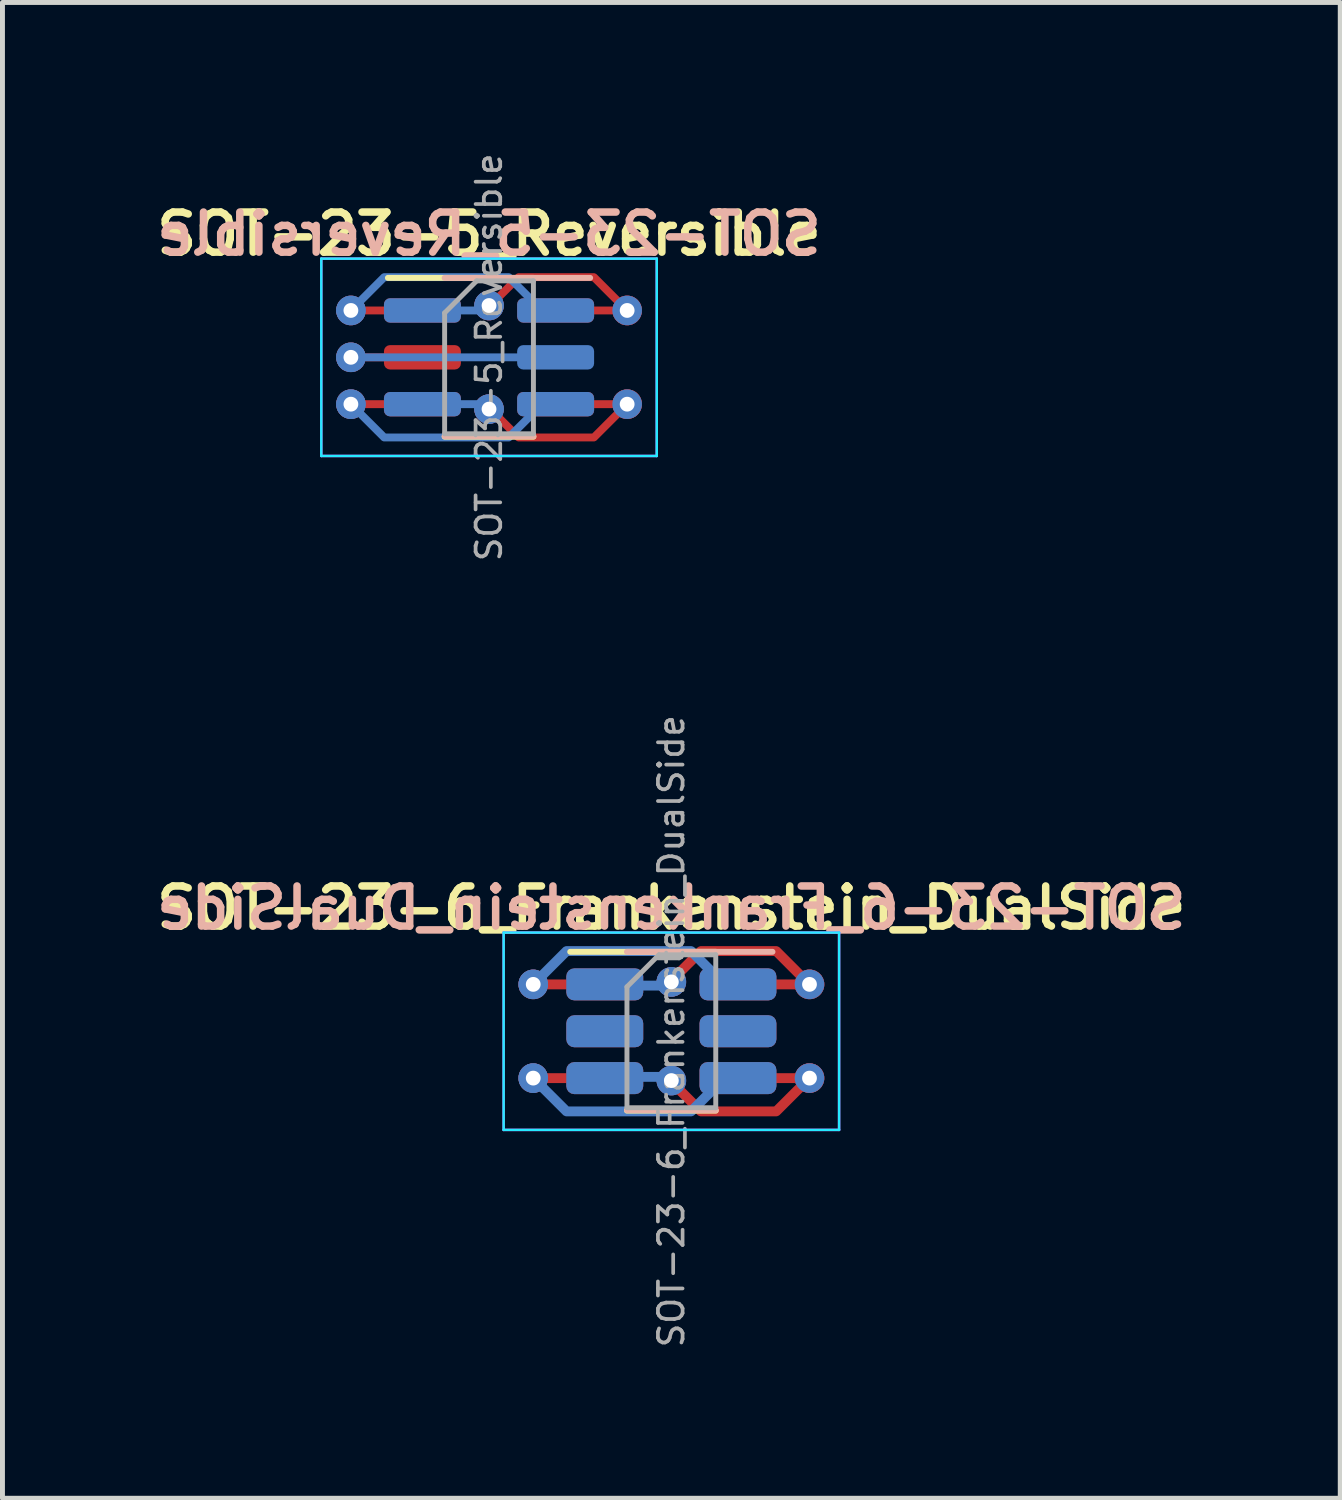
<source format=kicad_pcb>
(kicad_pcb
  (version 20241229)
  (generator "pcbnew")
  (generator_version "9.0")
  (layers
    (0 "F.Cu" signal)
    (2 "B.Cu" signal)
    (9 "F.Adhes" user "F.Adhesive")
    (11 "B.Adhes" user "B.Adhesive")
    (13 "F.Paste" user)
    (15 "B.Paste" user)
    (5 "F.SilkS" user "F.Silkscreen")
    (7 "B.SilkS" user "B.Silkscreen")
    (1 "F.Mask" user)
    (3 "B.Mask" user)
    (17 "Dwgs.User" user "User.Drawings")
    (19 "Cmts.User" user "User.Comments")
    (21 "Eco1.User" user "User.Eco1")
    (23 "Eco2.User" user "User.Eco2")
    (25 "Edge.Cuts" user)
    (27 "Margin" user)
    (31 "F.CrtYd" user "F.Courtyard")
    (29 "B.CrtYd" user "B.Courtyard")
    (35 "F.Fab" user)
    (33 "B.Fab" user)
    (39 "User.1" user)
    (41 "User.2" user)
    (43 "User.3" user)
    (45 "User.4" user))
  (footprint "SOT-23-6_Frankenstein_DualSide"
    (layer "F.Cu")
    (at 10.559 17.854)
    (property "Reference" "SOT-23-6_Frankenstein_DualSide" (at 0 -2.5 0) (layer "F.SilkS") (effects (font (size 0.813 0.813) (thickness 0.152))))
    (attr smd)
    (fp_line (start -0.9 1.61) (end 0.9 1.61) (stroke (width 0.12) (type solid)) (layer "F.SilkS"))
    (fp_line (start 0.9 -1.61) (end -2.05 -1.61) (stroke (width 0.12) (type solid)) (layer "F.SilkS"))
    (fp_line (start -0.9 -1.61) (end 2.05 -1.61) (stroke (width 0.12) (type solid)) (layer "B.SilkS"))
    (fp_line (start -0.9 1.6) (end 0.9 1.6) (stroke (width 0.12) (type solid)) (layer "B.SilkS"))
    (fp_line (start -3.4 -2) (end 3.4 -2) (stroke (width 0.05) (type solid)) (layer "B.CrtYd"))
    (fp_line (start -3.4 2) (end -3.4 -2) (stroke (width 0.05) (type solid)) (layer "B.CrtYd"))
    (fp_line (start 3.4 -2) (end 3.4 2) (stroke (width 0.05) (type solid)) (layer "B.CrtYd"))
    (fp_line (start 3.4 2) (end -3.4 2) (stroke (width 0.05) (type solid)) (layer "B.CrtYd"))
    (fp_line (start -3.4 -2) (end 3.4 -2) (stroke (width 0.05) (type solid)) (layer "F.CrtYd"))
    (fp_line (start -3.4 2) (end -3.4 -2) (stroke (width 0.05) (type solid)) (layer "F.CrtYd"))
    (fp_line (start 3.4 -2) (end 3.4 2) (stroke (width 0.05) (type solid)) (layer "F.CrtYd"))
    (fp_line (start 3.4 2) (end -3.4 2) (stroke (width 0.05) (type solid)) (layer "F.CrtYd"))
    (fp_line (start -0.9 -0.9) (end -0.9 1.55) (stroke (width 0.1) (type solid)) (layer "F.Fab"))
    (fp_line (start -0.9 -0.9) (end -0.25 -1.55) (stroke (width 0.1) (type solid)) (layer "F.Fab"))
    (fp_line (start 0.9 -1.55) (end -0.25 -1.55) (stroke (width 0.1) (type solid)) (layer "F.Fab"))
    (fp_line (start 0.9 -1.55) (end 0.9 1.55) (stroke (width 0.1) (type solid)) (layer "F.Fab"))
    (fp_line (start 0.9 1.55) (end -0.9 1.55) (stroke (width 0.1) (type solid)) (layer "F.Fab"))
    (fp_text user "${REFERENCE}" (at 0 -2.5 0) (layer "B.SilkS") (effects (font (size 0.813 0.813) (thickness 0.152)) (justify mirror)))
    (fp_text user "${REFERENCE}" (at 0 0 90) (layer "F.Fab") (effects (font (size 0.5 0.5) (thickness 0.075))))
    (pad "1" thru_hole circle (at -2.8 -0.95) (size 0.6 0.6) (drill 0.3) (layers "*.Cu"))
    (pad "1" smd custom (at -2.8 -0.95) (size 0.6 0.6) (layers "F.Cu") (options (anchor circle)) (primitives (gr_line (start 0 0) (end 1.2 0) (width 0.2)) (gr_line (start 0.9 0) (end 2 0) (width 0.4))))
    (pad "1" smd custom (at -2.8 -0.95) (size 0.6 0.6) (layers "B.Cu") (options (anchor circle)) (primitives (gr_line (start 0 0) (end 0.675 -0.675) (width 0.2)) (gr_line (start 0.675 -0.675) (end 3.2 -0.675) (width 0.2)) (gr_line (start 3.2 -0.675) (end 3.875 0) (width 0.2)) (gr_line (start 3.6 0) (end 4.7 0) (width 0.4))))
    (pad "1" smd roundrect (at -1.35 -0.95) (size 1.56 0.65) (layers "F.Cu" "F.Mask" "F.Paste") (roundrect_rratio 0.25))
    (pad "1" smd roundrect (at 1.35 -0.95) (size 1.56 0.65) (layers "B.Cu" "B.Mask" "B.Paste") (roundrect_rratio 0.25))
    (pad "2" smd roundrect (at -1.35 0) (size 1.56 0.65) (layers "F.Cu" "F.Mask" "F.Paste") (roundrect_rratio 0.25))
    (pad "2" smd roundrect (at 1.35 0) (size 1.56 0.65) (layers "B.Cu" "B.Mask" "B.Paste") (roundrect_rratio 0.25))
    (pad "3" thru_hole circle (at -2.8 0.95) (size 0.6 0.6) (drill 0.3) (layers "*.Cu"))
    (pad "3" smd custom (at -2.8 0.95) (size 0.6 0.6) (layers "F.Cu") (options (anchor circle)) (primitives (gr_line (start 0 0) (end 1.2 0) (width 0.2)) (gr_line (start 0.9 0) (end 2 0) (width 0.4))))
    (pad "3" smd custom (at -2.8 0.95) (size 0.6 0.6) (layers "B.Cu") (options (anchor circle)) (primitives (gr_line (start 0 0) (end 0.675 0.675) (width 0.2)) (gr_line (start 0.675 0.675) (end 3.2 0.675) (width 0.2)) (gr_line (start 3.2 0.675) (end 3.875 0) (width 0.2)) (gr_line (start 3.6 0) (end 4.7 0) (width 0.4))))
    (pad "3" smd roundrect (at -1.35 0.95) (size 1.56 0.65) (layers "F.Cu" "F.Mask" "F.Paste") (roundrect_rratio 0.25))
    (pad "3" smd roundrect (at 1.35 0.95) (size 1.56 0.65) (layers "B.Cu" "B.Mask" "B.Paste") (roundrect_rratio 0.25))
    (pad "4" smd roundrect (at -1.35 0.95) (size 1.56 0.65) (layers "B.Cu" "B.Mask" "B.Paste") (roundrect_rratio 0.25))
    (pad "4" thru_hole circle (at 0 1) (size 0.6 0.6) (drill 0.3) (layers "*.Cu"))
    (pad "4" smd custom (at 0 1) (size 0.6 0.6) (layers "B.Cu") (options (anchor circle)) (primitives (gr_line (start -1.2 -0.075) (end 0 -0.075) (width 0.2)) (gr_line (start -1.9 -0.075) (end -0.8 -0.075) (width 0.4))))
    (pad "4" smd roundrect (at 1.35 0.95) (size 1.56 0.65) (layers "F.Cu" "F.Mask" "F.Paste") (roundrect_rratio 0.25))
    (pad "4" thru_hole circle (at 2.8 0.95) (size 0.6 0.6) (drill 0.3) (layers "*.Cu"))
    (pad "4" smd custom (at 2.8 0.95) (size 0.6 0.6) (layers "F.Cu") (options (anchor circle)) (primitives (gr_line (start 0 0) (end -1.2 0) (width 0.2)) (gr_line (start -2 0) (end -0.9 0) (width 0.4))))
    (pad "4" smd custom (at 2.8 0.95) (size 0.6 0.6) (layers "F.Cu") (options (anchor circle)) (primitives (gr_line (start 0 0) (end -0.675 0.675) (width 0.2)) (gr_line (start -0.675 0.675) (end -2.2 0.675) (width 0.2)) (gr_line (start -2.2 0.675) (end -2.875 0) (width 0.2)) (gr_circle (center -2.8 0.05) (end -2.655 0.05) (width 0.3) (fill no))))
    (pad "5" smd roundrect (at -1.35 0) (size 1.56 0.65) (layers "B.Cu" "B.Mask" "B.Paste") (roundrect_rratio 0.25))
    (pad "5" smd roundrect (at 1.35 0) (size 1.56 0.65) (layers "F.Cu" "F.Mask" "F.Paste") (roundrect_rratio 0.25))
    (pad "6" smd roundrect (at -1.35 -0.95) (size 1.56 0.65) (layers "B.Cu" "B.Mask" "B.Paste") (roundrect_rratio 0.25))
    (pad "6" thru_hole circle (at 0 -1) (size 0.6 0.6) (drill 0.3) (layers "*.Cu"))
    (pad "6" smd custom (at 0 -1) (size 0.6 0.6) (layers "B.Cu") (options (anchor circle)) (primitives (gr_line (start -1.2 0.075) (end 0 0.075) (width 0.2)) (gr_line (start -1.9 0.075) (end -0.8 0.075) (width 0.4))))
    (pad "6" smd roundrect (at 1.35 -0.95) (size 1.56 0.65) (layers "F.Cu" "F.Mask" "F.Paste") (roundrect_rratio 0.25))
    (pad "6" thru_hole circle (at 2.8 -0.95) (size 0.6 0.6) (drill 0.3) (layers "*.Cu"))
    (pad "6" smd custom (at 2.8 -0.95) (size 0.6 0.6) (layers "F.Cu") (options (anchor circle)) (primitives (gr_line (start 0 0) (end -0.675 -0.675) (width 0.2)) (gr_line (start -0.675 -0.675) (end -2.2 -0.675) (width 0.2)) (gr_line (start -2.2 -0.675) (end -2.875 0) (width 0.2)) (gr_circle (center -2.8 -0.05) (end -2.65 -0.05) (width 0.3) (fill no))))
    (pad "6" smd custom (at 2.8 -0.95) (size 0.6 0.6) (layers "F.Cu") (options (anchor circle)) (primitives (gr_line (start 0 0) (end -1.2 0) (width 0.2)) (gr_line (start -2 0) (end -0.9 0) (width 0.4)))))
  (footprint "SOT-23-5_Reversible"
    (layer "F.Cu")
    (at 6.863 4.193)
    (property "Reference" "SOT-23-5_Reversible" (at 0 -2.5 0) (layer "F.SilkS") (effects (font (size 0.813 0.813) (thickness 0.152))))
    (attr smd)
    (fp_line (start -0.9 1.61) (end 0.9 1.61) (stroke (width 0.12) (type solid)) (layer "F.SilkS"))
    (fp_line (start 0.9 -1.61) (end -2.05 -1.61) (stroke (width 0.12) (type solid)) (layer "F.SilkS"))
    (fp_line (start -0.9 -1.61) (end 2.05 -1.61) (stroke (width 0.12) (type solid)) (layer "B.SilkS"))
    (fp_line (start -0.9 1.6) (end 0.9 1.6) (stroke (width 0.12) (type solid)) (layer "B.SilkS"))
    (fp_line (start -3.4 -2) (end 3.4 -2) (stroke (width 0.05) (type solid)) (layer "B.CrtYd"))
    (fp_line (start -3.4 2) (end -3.4 -2) (stroke (width 0.05) (type solid)) (layer "B.CrtYd"))
    (fp_line (start 3.4 -2) (end 3.4 2) (stroke (width 0.05) (type solid)) (layer "B.CrtYd"))
    (fp_line (start 3.4 2) (end -3.4 2) (stroke (width 0.05) (type solid)) (layer "B.CrtYd"))
    (fp_line (start -3.4 -2) (end 3.4 -2) (stroke (width 0.05) (type solid)) (layer "F.CrtYd"))
    (fp_line (start -3.4 2) (end -3.4 -2) (stroke (width 0.05) (type solid)) (layer "F.CrtYd"))
    (fp_line (start 3.4 -2) (end 3.4 2) (stroke (width 0.05) (type solid)) (layer "F.CrtYd"))
    (fp_line (start 3.4 2) (end -3.4 2) (stroke (width 0.05) (type solid)) (layer "F.CrtYd"))
    (fp_line (start -0.9 -0.9) (end -0.9 1.55) (stroke (width 0.1) (type solid)) (layer "F.Fab"))
    (fp_line (start -0.9 -0.9) (end -0.25 -1.55) (stroke (width 0.1) (type solid)) (layer "F.Fab"))
    (fp_line (start 0.9 -1.55) (end -0.25 -1.55) (stroke (width 0.1) (type solid)) (layer "F.Fab"))
    (fp_line (start 0.9 -1.55) (end 0.9 1.55) (stroke (width 0.1) (type solid)) (layer "F.Fab"))
    (fp_line (start 0.9 1.55) (end -0.9 1.55) (stroke (width 0.1) (type solid)) (layer "F.Fab"))
    (fp_text user "${REFERENCE}" (at 0 -2.5 0) (layer "B.SilkS") (effects (font (size 0.813 0.813) (thickness 0.152)) (justify mirror)))
    (fp_text user "${REFERENCE}" (at 0 0 90) (layer "F.Fab") (effects (font (size 0.5 0.5) (thickness 0.075))))
    (pad "1" thru_hole circle (at -2.8 -0.95) (size 0.6 0.6) (drill 0.3) (layers "*.Cu"))
    (pad "1" smd custom (at -2.8 -0.95) (size 0.6 0.6) (layers "F.Cu") (options (anchor circle)) (primitives (gr_line (start 0 0) (end 1.2 0) (width 0.16)) (gr_line (start 0.9 0) (end 2 0) (width 0.4))))
    (pad "1" smd custom (at -2.8 -0.95) (size 0.6 0.6) (layers "B.Cu") (options (anchor circle)) (primitives (gr_line (start 0 0) (end 0.675 -0.675) (width 0.16)) (gr_line (start 0.675 -0.675) (end 3.2 -0.675) (width 0.16)) (gr_line (start 3.2 -0.675) (end 3.875 0) (width 0.16)) (gr_line (start 3.6 0) (end 4.7 0) (width 0.4))))
    (pad "1" smd roundrect (at -1.35 -0.95) (size 1.56 0.495) (layers "F.Cu" "F.Mask" "F.Paste") (roundrect_rratio 0.25))
    (pad "1" smd roundrect (at 1.35 -0.95) (size 1.56 0.495) (layers "B.Cu" "B.Mask" "B.Paste") (roundrect_rratio 0.25))
    (pad "2" thru_hole circle (at -2.8 0) (size 0.6 0.6) (drill 0.3) (layers "*.Cu"))
    (pad "2" smd custom (at -2.8 0) (size 0.6 0.6) (layers "F.Cu") (options (anchor circle)) (primitives (gr_line (start 0 0) (end 1.2 0) (width 0.16)) (gr_line (start 0.9 0) (end 2 0) (width 0.4))))
    (pad "2" smd custom (at -2.8 0) (size 0.6 0.6) (layers "B.Cu") (options (anchor circle)) (primitives (gr_line (start 0 0) (end 0.475 0) (width 0.16)) (gr_line (start 0.475 0) (end 3.2 0) (width 0.16)) (gr_line (start 3.2 0) (end 3.7 0) (width 0.16)) (gr_line (start 3.6 0) (end 4.7 0) (width 0.4))))
    (pad "2" smd roundrect (at -1.35 0) (size 1.56 0.495) (layers "F.Cu" "F.Mask" "F.Paste") (roundrect_rratio 0.25))
    (pad "2" smd roundrect (at 1.35 0) (size 1.56 0.495) (layers "B.Cu" "B.Mask" "B.Paste") (roundrect_rratio 0.25))
    (pad "3" thru_hole circle (at -2.8 0.95) (size 0.6 0.6) (drill 0.3) (layers "*.Cu"))
    (pad "3" smd custom (at -2.8 0.95) (size 0.6 0.6) (layers "F.Cu") (options (anchor circle)) (primitives (gr_line (start 0 0) (end 1.2 0) (width 0.16)) (gr_line (start 0.9 0) (end 2 0) (width 0.4))))
    (pad "3" smd custom (at -2.8 0.95) (size 0.6 0.6) (layers "B.Cu") (options (anchor circle)) (primitives (gr_line (start 0 0) (end 0.675 0.675) (width 0.16)) (gr_line (start 0.675 0.675) (end 3.2 0.675) (width 0.16)) (gr_line (start 3.2 0.675) (end 3.875 0) (width 0.16)) (gr_line (start 3.6 0) (end 4.7 0) (width 0.4))))
    (pad "3" smd roundrect (at -1.35 0.95) (size 1.56 0.495) (layers "F.Cu" "F.Mask" "F.Paste") (roundrect_rratio 0.25))
    (pad "3" smd roundrect (at 1.35 0.95) (size 1.56 0.495) (layers "B.Cu" "B.Mask" "B.Paste") (roundrect_rratio 0.25))
    (pad "4" smd roundrect (at -1.35 0.95) (size 1.56 0.495) (layers "B.Cu" "B.Mask" "B.Paste") (roundrect_rratio 0.25))
    (pad "4" thru_hole circle (at 0 1.05) (size 0.6 0.6) (drill 0.3) (layers "*.Cu"))
    (pad "4" smd custom (at 0 1.05) (size 0.6 0.6) (layers "B.Cu") (options (anchor circle)) (primitives (gr_line (start -1.2 -0.1) (end 0 -0.1) (width 0.16)) (gr_line (start -1.9 -0.1) (end -0.8 -0.1) (width 0.4))))
    (pad "4" smd roundrect (at 1.35 0.95) (size 1.56 0.495) (layers "F.Cu" "F.Mask" "F.Paste") (roundrect_rratio 0.25))
    (pad "4" thru_hole circle (at 2.8 0.95) (size 0.6 0.6) (drill 0.3) (layers "*.Cu"))
    (pad "4" smd custom (at 2.8 0.95) (size 0.6 0.6) (layers "F.Cu") (options (anchor circle)) (primitives (gr_line (start 0 0) (end -0.675 0.675) (width 0.16)) (gr_line (start -0.675 0.675) (end -2.2 0.675) (width 0.16)) (gr_line (start -2.2 0.675) (end -2.875 0) (width 0.16)) (gr_circle (center -2.8 0.1) (end -2.65 0.1) (width 0.3) (fill no))))
    (pad "4" smd custom (at 2.8 0.95) (size 0.6 0.6) (layers "F.Cu") (options (anchor circle)) (primitives (gr_line (start 0 0) (end -1.2 0) (width 0.16)) (gr_line (start -2 0) (end -0.9 0) (width 0.4))))
    (pad "5" smd roundrect (at -1.35 -0.95) (size 1.56 0.495) (layers "B.Cu" "B.Mask" "B.Paste") (roundrect_rratio 0.25))
    (pad "5" thru_hole circle (at 0 -1.05) (size 0.6 0.6) (drill 0.3) (layers "*.Cu"))
    (pad "5" smd custom (at 0 -1.05) (size 0.6 0.6) (layers "B.Cu") (options (anchor circle)) (primitives (gr_line (start -1.2 0.1) (end 0 0.1) (width 0.16)) (gr_line (start -1.9 0.1) (end -0.8 0.1) (width 0.4))))
    (pad "5" smd roundrect (at 1.35 -0.95) (size 1.56 0.495) (layers "F.Cu" "F.Mask" "F.Paste") (roundrect_rratio 0.25))
    (pad "5" thru_hole circle (at 2.8 -0.95) (size 0.6 0.6) (drill 0.3) (layers "*.Cu"))
    (pad "5" smd custom (at 2.8 -0.95) (size 0.6 0.6) (layers "F.Cu") (options (anchor circle)) (primitives (gr_line (start 0 0) (end -0.675 -0.675) (width 0.16)) (gr_line (start -0.675 -0.675) (end -2.2 -0.675) (width 0.16)) (gr_line (start -2.2 -0.675) (end -2.875 0) (width 0.16)) (gr_circle (center -2.8 -0.1) (end -2.65 -0.1) (width 0.3) (fill no))))
    (pad "5" smd custom (at 2.8 -0.95) (size 0.6 0.6) (layers "F.Cu") (options (anchor circle)) (primitives (gr_line (start 0 0) (end -1.2 0) (width 0.16)) (gr_line (start -2 0) (end -0.9 0) (width 0.4)))))
  (gr_rect
    (start -3 -3)
    (end 24.118 27.321)
    (stroke (width 0.1) (type default))
    (fill no)
    (layer "Edge.Cuts")))
</source>
